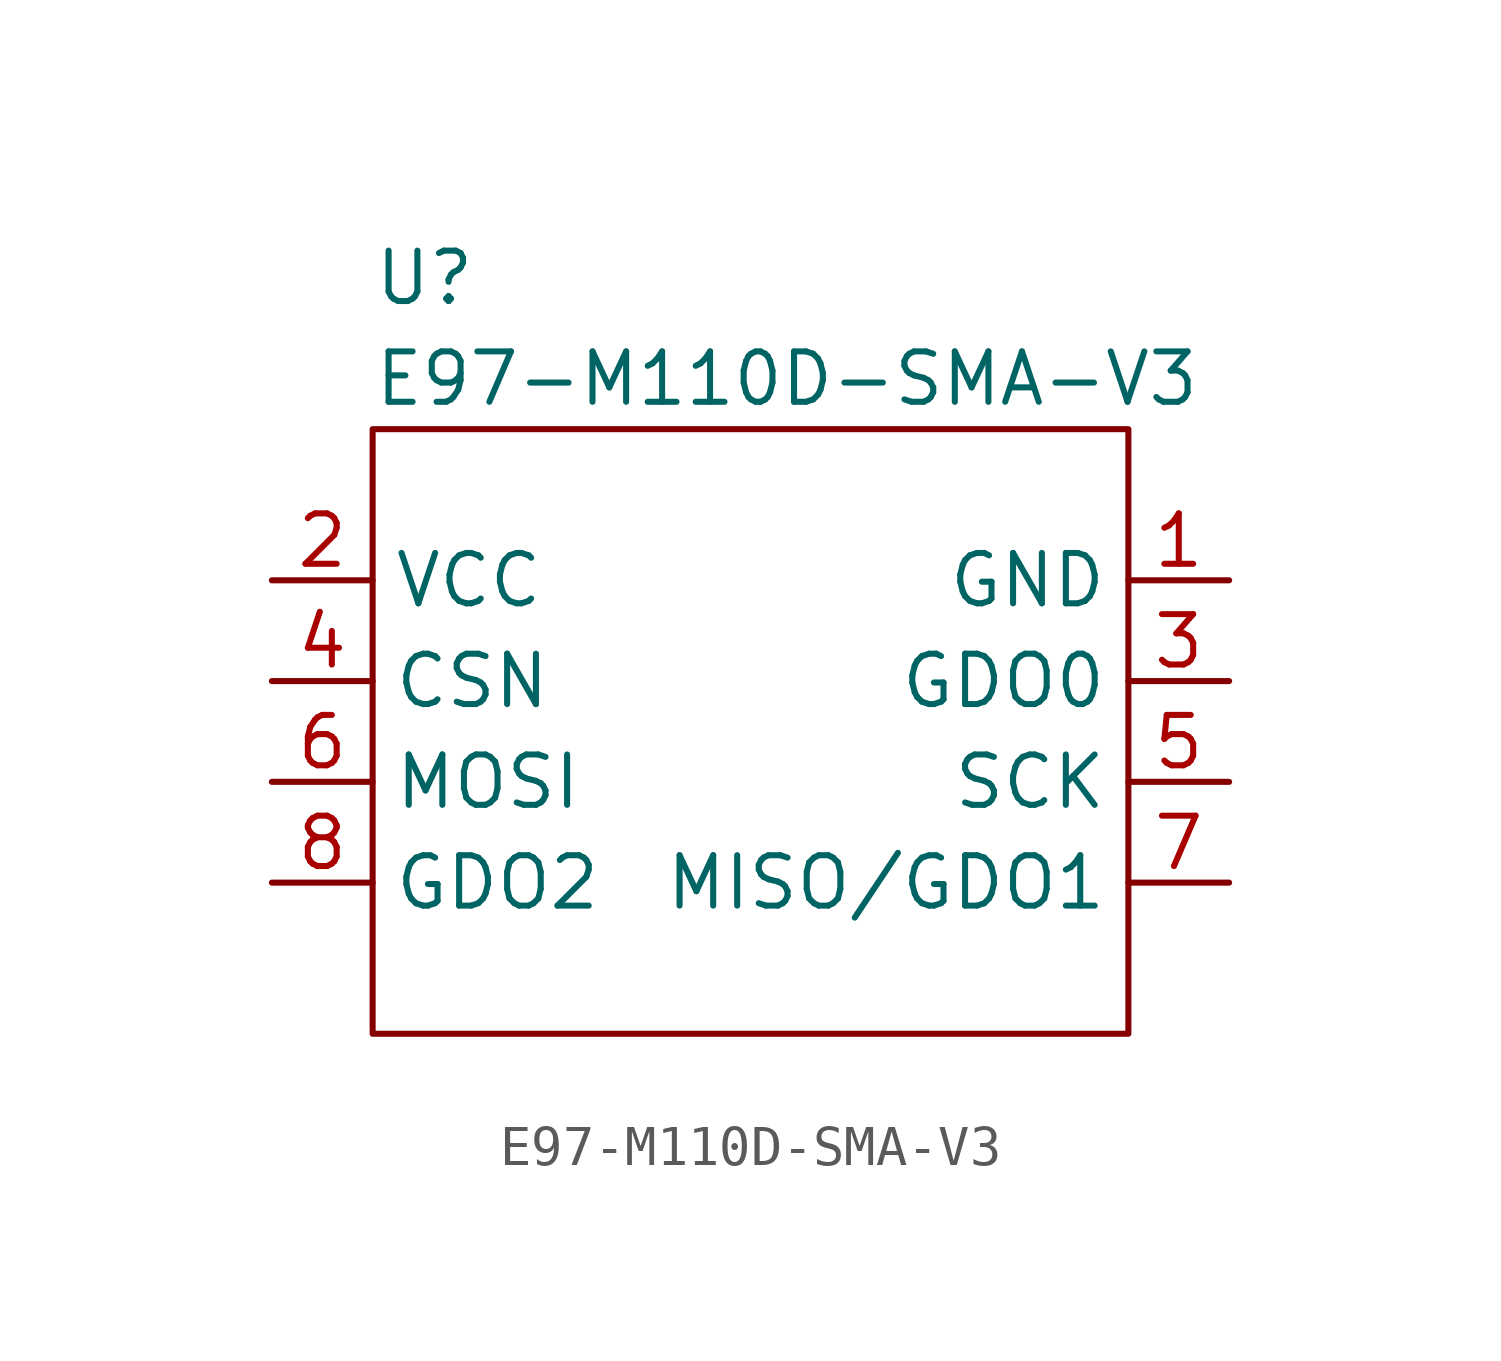
<source format=kicad_sym>
(kicad_symbol_lib
  (version 20211014)
  (generator kicad_symbol_editor)
  (symbol "E97-M110D-SMA-V3"
    (property "Reference" "U"
      (at -10.16 2.54 0)
      (effects (font (size 1.27 1.27)) (justify left)))
    (property "Value" "E97-M110D-SMA-V3"
      (at -10.16 0 0)
      (effects (font (size 1.27 1.27)) (justify left)))
    (symbol "E97-M110D-SMA-V3_0_0"
      (pin power_in line (at 11.43 -5.08 180) (length 2.54) (name "GND" (effects (font (size 1.27 1.27)))) (number "1" (effects (font (size 1.27 1.27)))))
      (pin power_in line (at -12.7 -5.08 0) (length 2.54) (name "VCC" (effects (font (size 1.27 1.27)))) (number "2" (effects (font (size 1.27 1.27)))))
      (pin output line (at 11.43 -7.62 180) (length 2.54) (name "GDO0" (effects (font (size 1.27 1.27)))) (number "3" (effects (font (size 1.27 1.27)))))
      (pin input line (at -12.7 -7.62 0) (length 2.54) (name "CSN" (effects (font (size 1.27 1.27)))) (number "4" (effects (font (size 1.27 1.27)))))
      (pin input line (at 11.43 -10.16 180) (length 2.54) (name "SCK" (effects (font (size 1.27 1.27)))) (number "5" (effects (font (size 1.27 1.27)))))
      (pin input line (at -12.7 -10.16 0) (length 2.54) (name "MOSI" (effects (font (size 1.27 1.27)))) (number "6" (effects (font (size 1.27 1.27)))))
      (pin output line (at 11.43 -12.7 180) (length 2.54) (name "MISO/GDO1" (effects (font (size 1.27 1.27)))) (number "7" (effects (font (size 1.27 1.27)))))
      (pin output line (at -12.7 -12.7 0) (length 2.54) (name "GDO2" (effects (font (size 1.27 1.27)))) (number "8" (effects (font (size 1.27 1.27))))))
    (symbol "E97-M110D-SMA-V3_0_1"
      (rectangle (start -10.16 -16.51) (end 8.89 -1.27) (stroke (width 0) (type default) (color 0 0 0 0)) (fill (type none))))))
</source>
